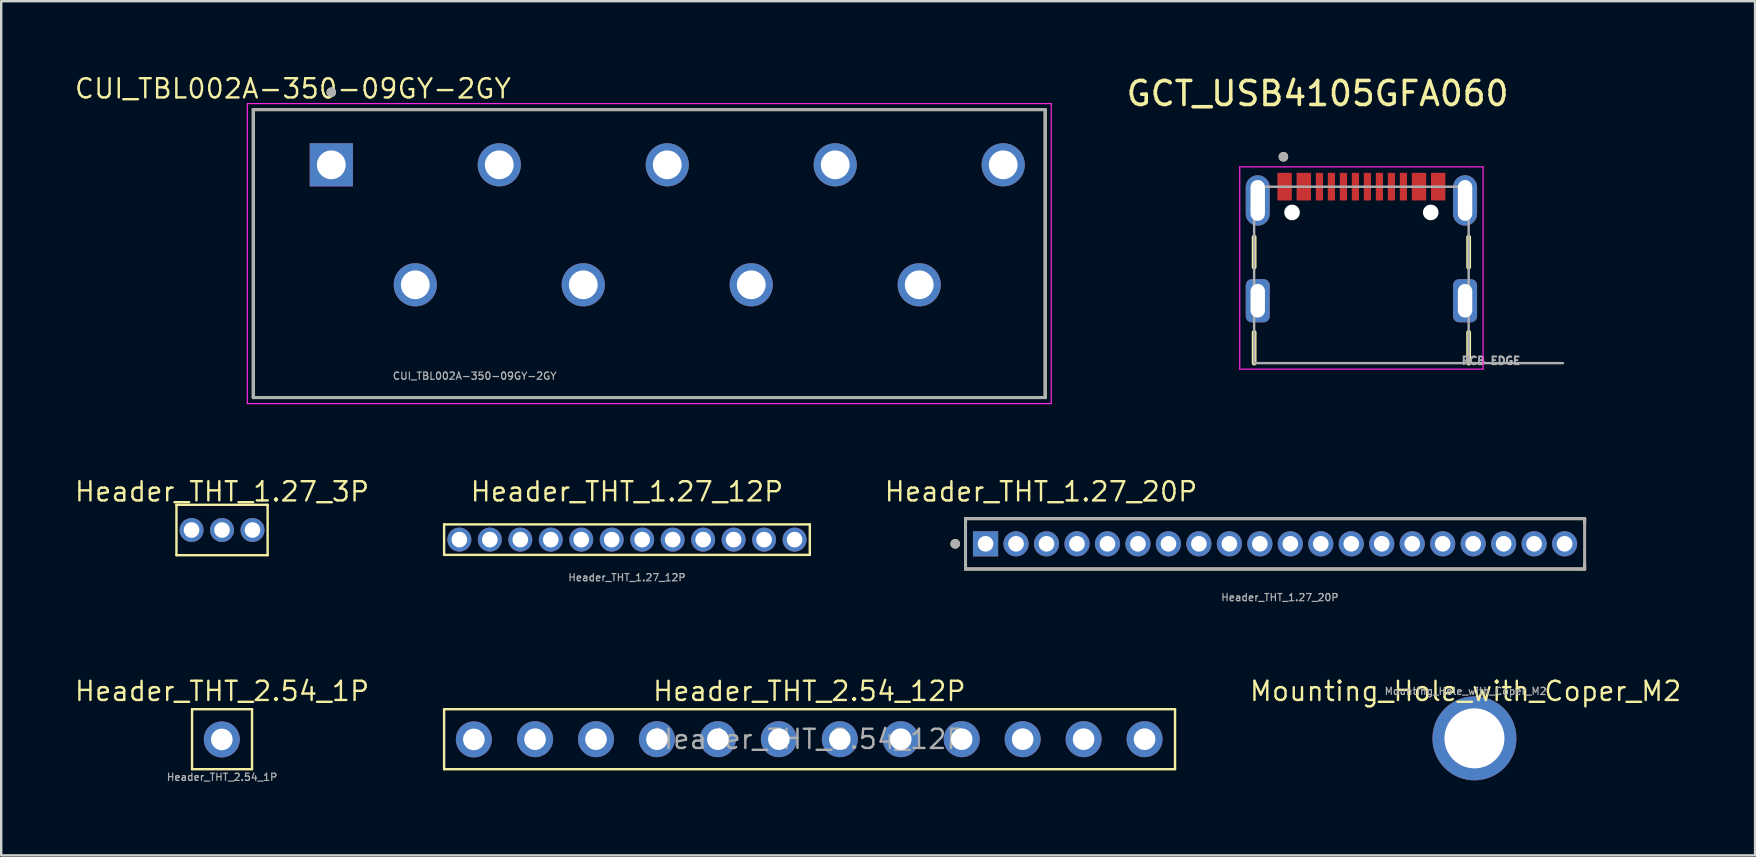
<source format=kicad_pcb>
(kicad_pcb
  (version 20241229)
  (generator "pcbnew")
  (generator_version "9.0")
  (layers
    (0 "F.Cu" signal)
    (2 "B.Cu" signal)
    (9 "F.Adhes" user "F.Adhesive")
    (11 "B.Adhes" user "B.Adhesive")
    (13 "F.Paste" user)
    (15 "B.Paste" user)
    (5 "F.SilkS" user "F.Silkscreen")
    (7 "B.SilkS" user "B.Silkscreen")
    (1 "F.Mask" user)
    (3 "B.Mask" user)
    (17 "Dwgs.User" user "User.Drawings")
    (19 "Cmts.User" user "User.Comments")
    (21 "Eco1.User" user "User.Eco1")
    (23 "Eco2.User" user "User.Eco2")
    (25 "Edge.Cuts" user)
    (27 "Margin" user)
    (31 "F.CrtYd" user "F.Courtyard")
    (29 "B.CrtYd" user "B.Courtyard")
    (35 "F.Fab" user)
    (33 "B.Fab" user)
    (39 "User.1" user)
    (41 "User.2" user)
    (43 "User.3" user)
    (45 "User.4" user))
  (footprint "Header_THT_2.54_12P"
    (layer "F.Cu")
    (at 30.677 27.754)
    (property "Reference" "Header_THT_2.54_12P" (at 0 -2 0) (unlocked yes) (layer "F.SilkS") (effects (font (size 0.8 0.8) (thickness 0.1))))
    (attr through_hole)
    (fp_line (start -15.22 -1.25) (end -15.22 1.25) (stroke (width 0.1) (type default)) (layer "F.SilkS"))
    (fp_line (start -15.22 1.25) (end 15.24 1.25) (stroke (width 0.1) (type default)) (layer "F.SilkS"))
    (fp_line (start 15.24 -1.25) (end -15.22 -1.25) (stroke (width 0.1) (type default)) (layer "F.SilkS"))
    (fp_line (start 15.24 1.25) (end 15.24 -1.25) (stroke (width 0.1) (type default)) (layer "F.SilkS"))
    (fp_text user "${REFERENCE}" (at 0 0 0) (unlocked yes) (layer "F.Fab") (effects (font (size 0.8 0.8) (thickness 0.1) (bold yes))))
    (pad "1" thru_hole circle (at -13.98 0.01) (size 1.5 1.5) (drill 0.9) (layers "*.Cu" "*.Mask"))
    (pad "2" thru_hole circle (at -11.43 0) (size 1.5 1.5) (drill 0.9) (layers "*.Cu" "*.Mask"))
    (pad "3" thru_hole circle (at -8.89 0) (size 1.5 1.5) (drill 0.9) (layers "*.Cu" "*.Mask"))
    (pad "4" thru_hole circle (at -6.35 0) (size 1.5 1.5) (drill 0.9) (layers "*.Cu" "*.Mask"))
    (pad "5" thru_hole circle (at -3.81 0) (size 1.5 1.5) (drill 0.9) (layers "*.Cu" "*.Mask"))
    (pad "6" thru_hole circle (at -1.27 0) (size 1.5 1.5) (drill 0.9) (layers "*.Cu" "*.Mask"))
    (pad "7" thru_hole circle (at 1.27 0) (size 1.5 1.5) (drill 0.9) (layers "*.Cu" "*.Mask"))
    (pad "8" thru_hole circle (at 3.81 0) (size 1.5 1.5) (drill 0.9) (layers "*.Cu" "*.Mask"))
    (pad "9" thru_hole circle (at 6.35 0) (size 1.5 1.5) (drill 0.9) (layers "*.Cu" "*.Mask"))
    (pad "10" thru_hole circle (at 8.89 0) (size 1.5 1.5) (drill 0.9) (layers "*.Cu" "*.Mask"))
    (pad "11" thru_hole circle (at 11.43 0) (size 1.5 1.5) (drill 0.9) (layers "*.Cu" "*.Mask"))
    (pad "12" thru_hole circle (at 13.97 0) (size 1.5 1.5) (drill 0.9) (layers "*.Cu" "*.Mask")))
  (footprint "Header_THT_1.27_20P"
    (layer "F.Cu")
    (at 50.086 19.612)
    (property "Reference" "Header_THT_1.27_20P" (at -9.755 -2.175 0) (layer "F.SilkS") (effects (font (size 0.8 0.8) (thickness 0.1))))
    (attr through_hole)
    (fp_line (start -12.9 -1.05) (end -12.9 -0.845) (stroke (width 0.127) (type solid)) (layer "F.SilkS"))
    (fp_line (start -12.9 1.05) (end -12.9 0.845) (stroke (width 0.127) (type solid)) (layer "F.SilkS"))
    (fp_line (start -12.9 1.05) (end 12.9 1.05) (stroke (width 0.127) (type solid)) (layer "F.SilkS"))
    (fp_line (start 12.9 -1.05) (end -12.9 -1.05) (stroke (width 0.127) (type solid)) (layer "F.SilkS"))
    (fp_line (start 12.9 -0.845) (end 12.9 -1.05) (stroke (width 0.127) (type solid)) (layer "F.SilkS"))
    (fp_line (start 12.9 1.05) (end 12.9 0.845) (stroke (width 0.127) (type solid)) (layer "F.SilkS"))
    (fp_circle (center -13.33 0) (end -13.23 0) (stroke (width 0.2) (type solid)) (fill no) (layer "F.SilkS"))
    (fp_line (start -12.9 -1.05) (end -12.9 1.05) (stroke (width 0.127) (type solid)) (layer "F.Fab"))
    (fp_line (start -12.9 1.05) (end 12.9 1.05) (stroke (width 0.127) (type solid)) (layer "F.Fab"))
    (fp_line (start 12.9 -1.05) (end -12.9 -1.05) (stroke (width 0.127) (type solid)) (layer "F.Fab"))
    (fp_line (start 12.9 1.05) (end 12.9 -1.05) (stroke (width 0.127) (type solid)) (layer "F.Fab"))
    (fp_circle (center -13.33 0) (end -13.23 0) (stroke (width 0.2) (type solid)) (fill no) (layer "F.Fab"))
    (fp_text user "${REFERENCE}" (at 0.2 2.235 0) (layer "F.Fab") (effects (font (size 0.3 0.3) (thickness 0.05) (bold yes))))
    (pad "1" thru_hole rect (at -12.065 0) (size 1.05 1.05) (drill 0.65) (layers "*.Cu" "*.Mask"))
    (pad "2" thru_hole circle (at -10.795 0) (size 1.05 1.05) (drill 0.65) (layers "*.Cu" "*.Mask"))
    (pad "3" thru_hole circle (at -9.525 0) (size 1.05 1.05) (drill 0.65) (layers "*.Cu" "*.Mask"))
    (pad "4" thru_hole circle (at -8.255 0) (size 1.05 1.05) (drill 0.65) (layers "*.Cu" "*.Mask"))
    (pad "5" thru_hole circle (at -6.985 0) (size 1.05 1.05) (drill 0.65) (layers "*.Cu" "*.Mask"))
    (pad "6" thru_hole circle (at -5.715 0) (size 1.05 1.05) (drill 0.65) (layers "*.Cu" "*.Mask"))
    (pad "7" thru_hole circle (at -4.445 0) (size 1.05 1.05) (drill 0.65) (layers "*.Cu" "*.Mask"))
    (pad "8" thru_hole circle (at -3.175 0) (size 1.05 1.05) (drill 0.65) (layers "*.Cu" "*.Mask"))
    (pad "9" thru_hole circle (at -1.905 0) (size 1.05 1.05) (drill 0.65) (layers "*.Cu" "*.Mask"))
    (pad "10" thru_hole circle (at -0.635 0) (size 1.05 1.05) (drill 0.65) (layers "*.Cu" "*.Mask"))
    (pad "11" thru_hole circle (at 0.635 0) (size 1.05 1.05) (drill 0.65) (layers "*.Cu" "*.Mask"))
    (pad "12" thru_hole circle (at 1.905 0) (size 1.05 1.05) (drill 0.65) (layers "*.Cu" "*.Mask"))
    (pad "13" thru_hole circle (at 3.175 0) (size 1.05 1.05) (drill 0.65) (layers "*.Cu" "*.Mask"))
    (pad "14" thru_hole circle (at 4.445 0) (size 1.05 1.05) (drill 0.65) (layers "*.Cu" "*.Mask"))
    (pad "15" thru_hole circle (at 5.715 0) (size 1.05 1.05) (drill 0.65) (layers "*.Cu" "*.Mask"))
    (pad "16" thru_hole circle (at 6.985 0) (size 1.05 1.05) (drill 0.65) (layers "*.Cu" "*.Mask"))
    (pad "17" thru_hole circle (at 8.255 0) (size 1.05 1.05) (drill 0.65) (layers "*.Cu" "*.Mask"))
    (pad "18" thru_hole circle (at 9.525 0) (size 1.05 1.05) (drill 0.65) (layers "*.Cu" "*.Mask"))
    (pad "19" thru_hole circle (at 10.795 0) (size 1.05 1.05) (drill 0.65) (layers "*.Cu" "*.Mask"))
    (pad "20" thru_hole circle (at 12.065 0) (size 1.05 1.05) (drill 0.65) (layers "*.Cu" "*.Mask")))
  (footprint "Header_THT_1.27_12P"
    (layer "F.Cu")
    (at 23.077 19.437)
    (property "Reference" "Header_THT_1.27_12P" (at 0 -2 0) (unlocked yes) (layer "F.SilkS") (effects (font (size 0.8 0.8) (thickness 0.1))))
    (attr through_hole)
    (fp_line (start -7.62 -0.635) (end -7.62 0.635) (stroke (width 0.1) (type default)) (layer "F.SilkS"))
    (fp_line (start -7.62 0.635) (end 7.62 0.635) (stroke (width 0.1) (type default)) (layer "F.SilkS"))
    (fp_line (start 7.62 -0.635) (end -7.62 -0.635) (stroke (width 0.1) (type default)) (layer "F.SilkS"))
    (fp_line (start 7.62 0.635) (end 7.62 -0.635) (stroke (width 0.1) (type default)) (layer "F.SilkS"))
    (fp_text user "${REFERENCE}" (at 0 1.58 0) (unlocked yes) (layer "F.Fab") (effects (font (size 0.3 0.3) (thickness 0.05) (bold yes))))
    (pad "1" thru_hole circle (at -6.985 0) (size 1 1) (drill 0.65) (layers "*.Cu" "*.Mask"))
    (pad "2" thru_hole circle (at -5.715 0) (size 1 1) (drill 0.65) (layers "*.Cu" "*.Mask"))
    (pad "3" thru_hole circle (at -4.445 0) (size 1 1) (drill 0.65) (layers "*.Cu" "*.Mask"))
    (pad "4" thru_hole circle (at -3.175 0) (size 1 1) (drill 0.65) (layers "*.Cu" "*.Mask"))
    (pad "5" thru_hole circle (at -1.905 0) (size 1 1) (drill 0.65) (layers "*.Cu" "*.Mask"))
    (pad "6" thru_hole circle (at -0.635 0) (size 1 1) (drill 0.65) (layers "*.Cu" "*.Mask"))
    (pad "7" thru_hole circle (at 0.635 0) (size 1 1) (drill 0.65) (layers "*.Cu" "*.Mask"))
    (pad "8" thru_hole circle (at 1.905 0) (size 1 1) (drill 0.65) (layers "*.Cu" "*.Mask"))
    (pad "9" thru_hole circle (at 3.175 0) (size 1 1) (drill 0.65) (layers "*.Cu" "*.Mask"))
    (pad "10" thru_hole circle (at 4.445 0) (size 1 1) (drill 0.65) (layers "*.Cu" "*.Mask"))
    (pad "11" thru_hole circle (at 5.715 0) (size 1 1) (drill 0.65) (layers "*.Cu" "*.Mask"))
    (pad "12" thru_hole circle (at 6.985 0) (size 1 1) (drill 0.65) (layers "*.Cu" "*.Mask")))
  (footprint "CUI_TBL002A-350-09GY-2GY"
    (layer "F.Cu")
    (at 10.756 3.818)
    (property "Reference" "CUI_TBL002A-350-09GY-2GY" (at -1.6 -3.175 0) (layer "F.SilkS") (effects (font (size 0.8 0.8) (thickness 0.1))))
    (attr through_hole)
    (fp_line (start -3.25 -2.3) (end 29.75 -2.3) (stroke (width 0.127) (type solid)) (layer "F.SilkS"))
    (fp_line (start -3.25 9.7) (end -3.25 -2.3) (stroke (width 0.127) (type solid)) (layer "F.SilkS"))
    (fp_line (start 29.75 -2.3) (end 29.75 9.7) (stroke (width 0.127) (type solid)) (layer "F.SilkS"))
    (fp_line (start 29.75 9.7) (end -3.25 9.7) (stroke (width 0.127) (type solid)) (layer "F.SilkS"))
    (fp_circle (center 0 -3.025) (end 0.1 -3.025) (stroke (width 0.2) (type solid)) (fill no) (layer "F.SilkS"))
    (fp_line (start -3.5 -2.55) (end 30 -2.55) (stroke (width 0.05) (type solid)) (layer "F.CrtYd"))
    (fp_line (start -3.5 9.95) (end -3.5 -2.55) (stroke (width 0.05) (type solid)) (layer "F.CrtYd"))
    (fp_line (start 30 -2.55) (end 30 9.95) (stroke (width 0.05) (type solid)) (layer "F.CrtYd"))
    (fp_line (start 30 9.95) (end -3.5 9.95) (stroke (width 0.05) (type solid)) (layer "F.CrtYd"))
    (fp_line (start -3.25 -2.3) (end 29.75 -2.3) (stroke (width 0.127) (type solid)) (layer "F.Fab"))
    (fp_line (start -3.25 9.7) (end -3.25 -2.3) (stroke (width 0.127) (type solid)) (layer "F.Fab"))
    (fp_line (start 29.75 -2.3) (end 29.75 9.7) (stroke (width 0.127) (type solid)) (layer "F.Fab"))
    (fp_line (start 29.75 9.7) (end -3.25 9.7) (stroke (width 0.127) (type solid)) (layer "F.Fab"))
    (fp_circle (center 0 -3.025) (end 0.1 -3.025) (stroke (width 0.2) (type solid)) (fill no) (layer "F.Fab"))
    (fp_text user "${REFERENCE}" (at 5.975 8.8 0) (layer "F.Fab") (effects (font (size 0.3 0.3) (thickness 0.05) (bold yes))))
    (pad "1" thru_hole rect (at 0 0) (size 1.8 1.8) (drill 1.2) (layers "*.Cu" "*.Mask"))
    (pad "2" thru_hole circle (at 3.5 5) (size 1.8 1.8) (drill 1.2) (layers "*.Cu" "*.Mask"))
    (pad "3" thru_hole circle (at 7 0) (size 1.8 1.8) (drill 1.2) (layers "*.Cu" "*.Mask"))
    (pad "4" thru_hole circle (at 10.5 5) (size 1.8 1.8) (drill 1.2) (layers "*.Cu" "*.Mask"))
    (pad "5" thru_hole circle (at 14 0) (size 1.8 1.8) (drill 1.2) (layers "*.Cu" "*.Mask"))
    (pad "6" thru_hole circle (at 17.5 5) (size 1.8 1.8) (drill 1.2) (layers "*.Cu" "*.Mask"))
    (pad "7" thru_hole circle (at 21 0) (size 1.8 1.8) (drill 1.2) (layers "*.Cu" "*.Mask"))
    (pad "8" thru_hole circle (at 24.5 5) (size 1.8 1.8) (drill 1.2) (layers "*.Cu" "*.Mask"))
    (pad "9" thru_hole circle (at 28 0) (size 1.8 1.8) (drill 1.2) (layers "*.Cu" "*.Mask")))
  (footprint "Header_THT_2.54_1P"
    (layer "F.Cu")
    (at 6.203 27.754)
    (property "Reference" "Header_THT_2.54_1P" (at 0 -2 0) (unlocked yes) (layer "F.SilkS") (effects (font (size 0.8 0.8) (thickness 0.1))))
    (attr through_hole)
    (fp_line (start -1.25 -1.25) (end -1.25 1.25) (stroke (width 0.1) (type default)) (layer "F.SilkS"))
    (fp_line (start -1.25 1.25) (end 1.25 1.25) (stroke (width 0.1) (type default)) (layer "F.SilkS"))
    (fp_line (start 1.25 -1.25) (end -1.25 -1.25) (stroke (width 0.1) (type default)) (layer "F.SilkS"))
    (fp_line (start 1.25 1.25) (end 1.25 -1.25) (stroke (width 0.1) (type default)) (layer "F.SilkS"))
    (fp_text user "${REFERENCE}" (at 0 1.58 0) (unlocked yes) (layer "F.Fab") (effects (font (size 0.3 0.3) (thickness 0.05) (bold yes))))
    (pad "1" thru_hole circle (at -0.01 0.01) (size 1.5 1.5) (drill 0.9) (layers "*.Cu" "*.Mask")))
  (footprint "Header_THT_1.27_3P"
    (layer "F.Cu")
    (at 6.203 19.037)
    (property "Reference" "Header_THT_1.27_3P" (at 0 -1.6 0) (unlocked yes) (layer "F.SilkS") (effects (font (size 0.8 0.8) (thickness 0.1))))
    (attr through_hole)
    (fp_line (start -1.9 -1.05) (end -1.9 1.05) (stroke (width 0.1) (type default)) (layer "F.SilkS"))
    (fp_line (start -1.9 1.05) (end 1.9 1.05) (stroke (width 0.1) (type default)) (layer "F.SilkS"))
    (fp_line (start 1.9 -1.05) (end -1.9 -1.05) (stroke (width 0.1) (type default)) (layer "F.SilkS"))
    (fp_line (start 1.9 1.05) (end 1.9 -1.05) (stroke (width 0.1) (type default)) (layer "F.SilkS"))
    (pad "1" thru_hole circle (at -1.27 0) (size 1 1) (drill 0.65) (layers "*.Cu" "*.Mask"))
    (pad "2" thru_hole circle (at 0 0) (size 1 1) (drill 0.65) (layers "*.Cu" "*.Mask"))
    (pad "3" thru_hole circle (at 1.27 0) (size 1 1) (drill 0.65) (layers "*.Cu" "*.Mask")))
  (footprint "GCT_USB4105GFA060"
    (layer "F.Cu")
    (at 53.683 9.483)
    (property "Reference" "GCT_USB4105GFA060" (at -1.825 -8.635 0) (layer "F.SilkS") (effects (font (size 1 1) (thickness 0.15))))
    (attr smd)
    (fp_line (start -4.47 -2.65) (end -4.47 -1.4) (stroke (width 0.2) (type solid)) (layer "F.SilkS"))
    (fp_line (start -4.47 1.32) (end -4.47 2.6) (stroke (width 0.2) (type solid)) (layer "F.SilkS"))
    (fp_line (start 4.47 -2.65) (end 4.47 -1.4) (stroke (width 0.2) (type solid)) (layer "F.SilkS"))
    (fp_line (start 4.47 2.6) (end 4.47 1.32) (stroke (width 0.2) (type solid)) (layer "F.SilkS"))
    (fp_circle (center -3.25 -6) (end -3.15 -6) (stroke (width 0.2) (type solid)) (fill no) (layer "F.SilkS"))
    (fp_line (start -5.07 -5.58) (end -5.07 2.85) (stroke (width 0.05) (type solid)) (layer "F.CrtYd"))
    (fp_line (start -5.07 2.85) (end 5.07 2.85) (stroke (width 0.05) (type solid)) (layer "F.CrtYd"))
    (fp_line (start 5.07 -5.58) (end -5.07 -5.58) (stroke (width 0.05) (type solid)) (layer "F.CrtYd"))
    (fp_line (start 5.07 2.85) (end 5.07 -5.58) (stroke (width 0.05) (type solid)) (layer "F.CrtYd"))
    (fp_line (start -4.47 -4.75) (end 4.47 -4.75) (stroke (width 0.1) (type solid)) (layer "F.Fab"))
    (fp_line (start -4.47 2.6) (end -4.47 -4.75) (stroke (width 0.1) (type solid)) (layer "F.Fab"))
    (fp_line (start 4.47 -4.75) (end 4.47 2.6) (stroke (width 0.1) (type solid)) (layer "F.Fab"))
    (fp_line (start 4.47 2.6) (end -4.47 2.6) (stroke (width 0.1) (type solid)) (layer "F.Fab"))
    (fp_line (start 4.47 2.6) (end 8.4 2.6) (stroke (width 0.1) (type solid)) (layer "F.Fab"))
    (fp_circle (center -3.25 -6) (end -3.15 -6) (stroke (width 0.2) (type solid)) (fill no) (layer "F.Fab"))
    (fp_text user "PCB EDGE" (at 5.4 2.5 0) (layer "F.Fab") (effects (font (size 0.32 0.32) (thickness 0.08))))
    (pad "" np_thru_hole circle (at -2.89 -3.68) (size 0.65 0.65) (drill 0.65) (layers "*.Cu" "*.Mask"))
    (pad "" np_thru_hole circle (at 2.89 -3.68) (size 0.65 0.65) (drill 0.65) (layers "*.Cu" "*.Mask"))
    (pad "A1_B12" smd rect (at -3.2 -4.755) (size 0.6 1.15) (layers "F.Cu" "F.Mask" "F.Paste"))
    (pad "A4_B9" smd rect (at -2.4 -4.755) (size 0.6 1.15) (layers "F.Cu" "F.Mask" "F.Paste"))
    (pad "A5" smd rect (at -1.25 -4.755) (size 0.3 1.15) (layers "F.Cu" "F.Mask" "F.Paste"))
    (pad "A6" smd rect (at -0.25 -4.755) (size 0.3 1.15) (layers "F.Cu" "F.Mask" "F.Paste"))
    (pad "A7" smd rect (at 0.25 -4.755) (size 0.3 1.15) (layers "F.Cu" "F.Mask" "F.Paste"))
    (pad "A8" smd rect (at 1.25 -4.755) (size 0.3 1.15) (layers "F.Cu" "F.Mask" "F.Paste"))
    (pad "B1_A12" smd rect (at 3.2 -4.755) (size 0.6 1.15) (layers "F.Cu" "F.Mask" "F.Paste"))
    (pad "B4_A9" smd rect (at 2.4 -4.755) (size 0.6 1.15) (layers "F.Cu" "F.Mask" "F.Paste"))
    (pad "B5" smd rect (at 1.75 -4.755) (size 0.3 1.15) (layers "F.Cu" "F.Mask" "F.Paste"))
    (pad "B6" smd rect (at 0.75 -4.755) (size 0.3 1.15) (layers "F.Cu" "F.Mask" "F.Paste"))
    (pad "B7" smd rect (at -0.75 -4.755) (size 0.3 1.15) (layers "F.Cu" "F.Mask" "F.Paste"))
    (pad "B8" smd rect (at -1.75 -4.755) (size 0.3 1.15) (layers "F.Cu" "F.Mask" "F.Paste"))
    (pad "SH1" thru_hole oval (at -4.32 -4.18) (size 1 2.1) (drill oval 0.6 1.7) (layers "*.Cu" "*.Mask"))
    (pad "SH2" thru_hole oval (at 4.32 -4.18) (size 1 2.1) (drill oval 0.6 1.7) (layers "*.Cu" "*.Mask"))
    (pad "SH3" thru_hole roundrect (at -4.32 0) (size 1 1.8) (drill oval 0.6 1.4) (layers "*.Cu" "*.Mask") (roundrect_rratio 0.25))
    (pad "SH4" thru_hole roundrect (at 4.32 0) (size 1 1.8) (drill oval 0.6 1.4) (layers "*.Cu" "*.Mask") (roundrect_rratio 0.25)))
  (footprint "Mounting_Hole_with_Coper_M2"
    (layer "F.Cu")
    (at 58.419 27.744)
    (property "Reference" "Mounting_Hole_with_Coper_M2" (at -0.392 -1.99 0) (layer "F.SilkS") (effects (font (size 0.8 0.8) (thickness 0.1))))
    (attr through_hole)
    (fp_text user "${REFERENCE}" (at -0.392 -1.99 0) (layer "F.Fab") (effects (font (size 0.3 0.3) (thickness 0.05) (bold yes))))
    (pad "1" thru_hole circle (at -0.025 -0.025) (size 3.5 3.5) (drill 2.5) (layers "*.Cu" "*.Mask") (remove_unused_layers yes) (keep_end_layers yes) (zone_layer_connections)))
  (gr_rect
    (start -3 -3)
    (end 70.088 32.597)
    (stroke (width 0.1) (type default))
    (fill no)
    (layer "Edge.Cuts")))
</source>
